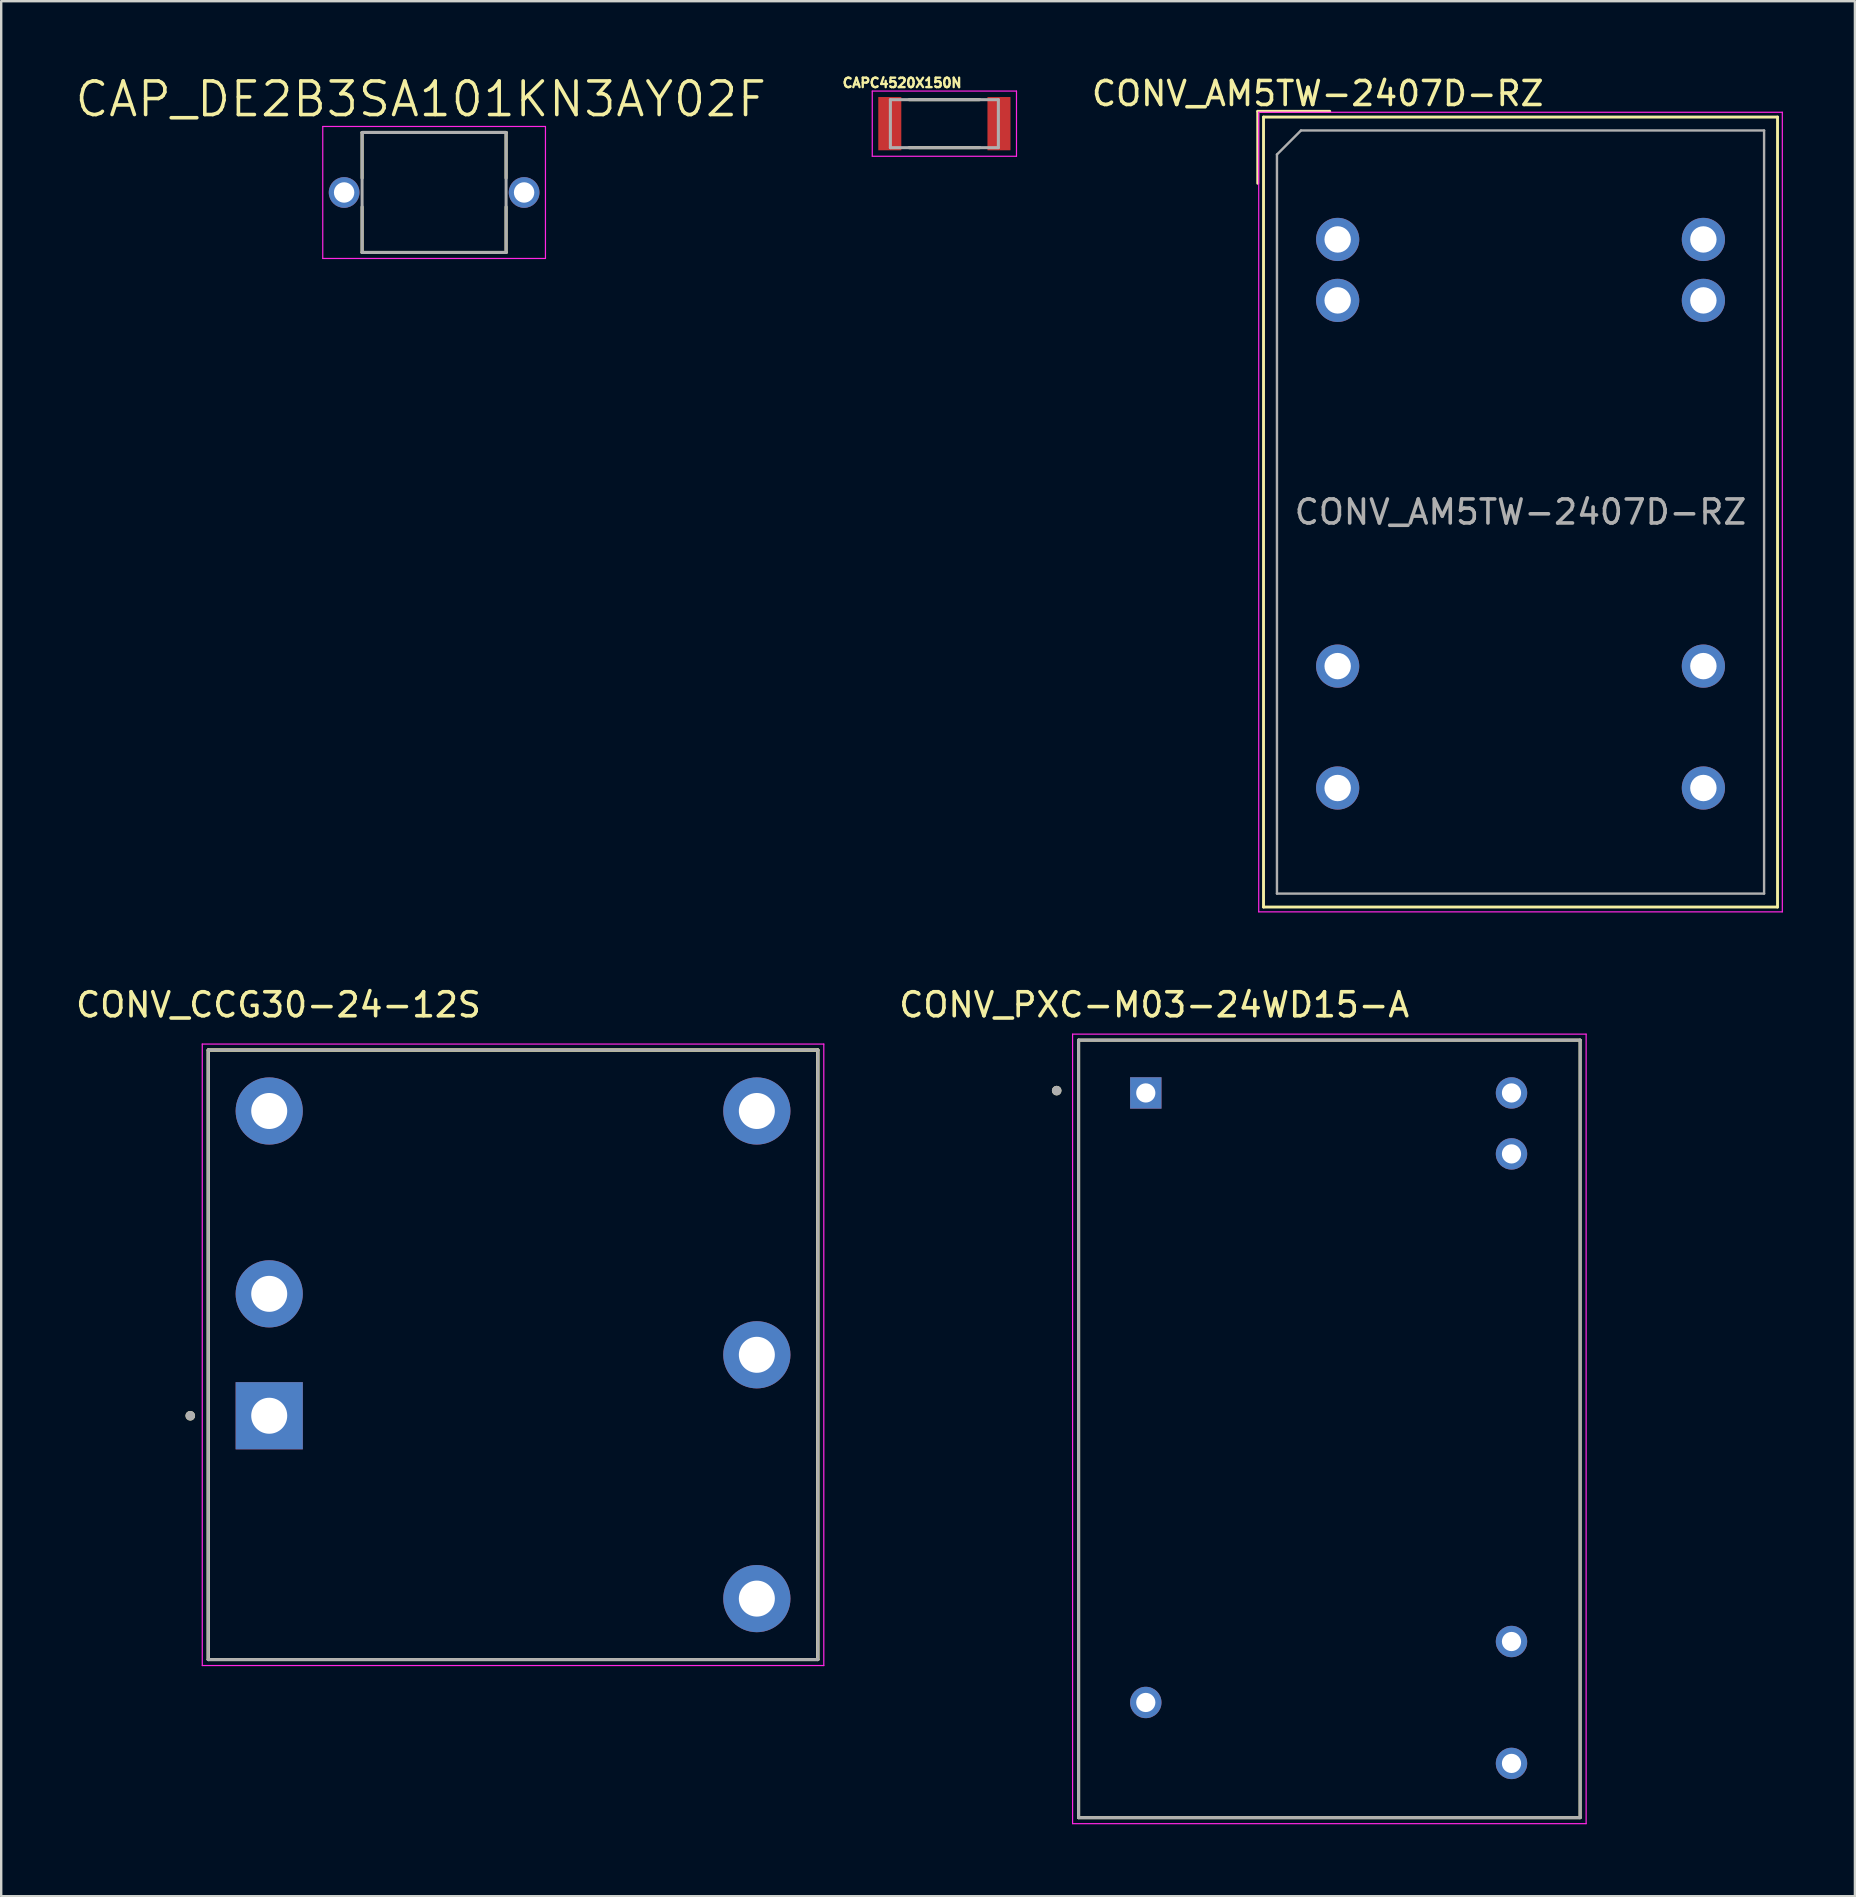
<source format=kicad_pcb>
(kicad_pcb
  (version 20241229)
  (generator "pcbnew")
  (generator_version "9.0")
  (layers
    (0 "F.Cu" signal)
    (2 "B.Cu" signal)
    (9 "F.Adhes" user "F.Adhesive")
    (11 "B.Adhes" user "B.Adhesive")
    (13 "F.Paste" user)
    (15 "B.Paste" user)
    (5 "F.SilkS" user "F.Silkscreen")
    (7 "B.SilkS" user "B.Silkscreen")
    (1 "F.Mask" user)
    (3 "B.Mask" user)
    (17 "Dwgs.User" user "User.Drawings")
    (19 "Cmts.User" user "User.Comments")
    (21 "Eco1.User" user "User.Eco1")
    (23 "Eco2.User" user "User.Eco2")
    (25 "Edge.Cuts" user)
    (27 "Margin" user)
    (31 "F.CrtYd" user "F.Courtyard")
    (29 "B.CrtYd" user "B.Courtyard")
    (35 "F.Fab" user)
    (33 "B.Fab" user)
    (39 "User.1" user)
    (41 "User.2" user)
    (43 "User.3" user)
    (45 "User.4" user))
  (footprint "CONV_PXC-M03-24WD15-A"
    (layer "F.Cu")
    (at 52.347 56.495)
    (property "Reference" "CONV_PXC-M03-24WD15-A" (at -7.299 -17.673 0) (layer "F.SilkS") (effects (font (size 1 1) (thickness 0.15))))
    (attr through_hole)
    (fp_line (start -10.45 -16.2) (end 10.45 -16.2) (stroke (width 0.127) (type solid)) (layer "F.SilkS"))
    (fp_line (start -10.45 16.2) (end -10.45 -16.2) (stroke (width 0.127) (type solid)) (layer "F.SilkS"))
    (fp_line (start 10.45 -16.2) (end 10.45 16.2) (stroke (width 0.127) (type solid)) (layer "F.SilkS"))
    (fp_line (start 10.45 16.2) (end -10.45 16.2) (stroke (width 0.127) (type solid)) (layer "F.SilkS"))
    (fp_circle (center -11.363 -14.097) (end -11.263 -14.097) (stroke (width 0.2) (type solid)) (fill no) (layer "F.SilkS"))
    (fp_line (start -10.7 -16.45) (end 10.7 -16.45) (stroke (width 0.05) (type solid)) (layer "F.CrtYd"))
    (fp_line (start -10.7 16.45) (end -10.7 -16.45) (stroke (width 0.05) (type solid)) (layer "F.CrtYd"))
    (fp_line (start 10.7 -16.45) (end 10.7 16.45) (stroke (width 0.05) (type solid)) (layer "F.CrtYd"))
    (fp_line (start 10.7 16.45) (end -10.7 16.45) (stroke (width 0.05) (type solid)) (layer "F.CrtYd"))
    (fp_line (start -10.45 -16.2) (end 10.45 -16.2) (stroke (width 0.127) (type solid)) (layer "F.Fab"))
    (fp_line (start -10.45 16.2) (end -10.45 -16.2) (stroke (width 0.127) (type solid)) (layer "F.Fab"))
    (fp_line (start 10.45 -16.2) (end 10.45 16.2) (stroke (width 0.127) (type solid)) (layer "F.Fab"))
    (fp_line (start 10.45 16.2) (end -10.45 16.2) (stroke (width 0.127) (type solid)) (layer "F.Fab"))
    (fp_circle (center -11.363 -14.097) (end -11.263 -14.097) (stroke (width 0.2) (type solid)) (fill no) (layer "F.Fab"))
    (pad "1" thru_hole rect (at -7.65 -14) (size 1.308 1.308) (drill 0.8) (layers "*.Cu" "*.Mask"))
    (pad "11" thru_hole circle (at -7.65 11.4) (size 1.308 1.308) (drill 0.8) (layers "*.Cu" "*.Mask"))
    (pad "13" thru_hole circle (at 7.59 13.94) (size 1.308 1.308) (drill 0.8) (layers "*.Cu" "*.Mask"))
    (pad "15" thru_hole circle (at 7.59 8.86) (size 1.308 1.308) (drill 0.8) (layers "*.Cu" "*.Mask"))
    (pad "23" thru_hole circle (at 7.59 -11.46) (size 1.308 1.308) (drill 0.8) (layers "*.Cu" "*.Mask"))
    (pad "24" thru_hole circle (at 7.59 -14) (size 1.308 1.308) (drill 0.8) (layers "*.Cu" "*.Mask")))
  (footprint "CAPC4520X150N"
    (layer "F.Cu")
    (at 36.304 2.103)
    (property "Reference" "CAPC4520X150N" (at -1.76 -1.7 0) (layer "F.SilkS") (effects (font (size 0.394 0.394) (thickness 0.098))))
    (attr smd)
    (fp_line (start -1.47 -1) (end 1.47 -1) (stroke (width 0.127) (type solid)) (layer "F.SilkS"))
    (fp_line (start -1.47 1) (end 1.47 1) (stroke (width 0.127) (type solid)) (layer "F.SilkS"))
    (fp_line (start -3.005 -1.358) (end 3.005 -1.358) (stroke (width 0.05) (type solid)) (layer "F.CrtYd"))
    (fp_line (start -3.005 1.358) (end -3.005 -1.358) (stroke (width 0.05) (type solid)) (layer "F.CrtYd"))
    (fp_line (start -3.005 1.358) (end 3.005 1.358) (stroke (width 0.05) (type solid)) (layer "F.CrtYd"))
    (fp_line (start 3.005 1.358) (end 3.005 -1.358) (stroke (width 0.05) (type solid)) (layer "F.CrtYd"))
    (fp_line (start -2.25 1) (end -2.25 -1) (stroke (width 0.127) (type solid)) (layer "F.Fab"))
    (fp_line (start 2.25 -1) (end -2.25 -1) (stroke (width 0.127) (type solid)) (layer "F.Fab"))
    (fp_line (start 2.25 1) (end -2.25 1) (stroke (width 0.127) (type solid)) (layer "F.Fab"))
    (fp_line (start 2.25 1) (end 2.25 -1) (stroke (width 0.127) (type solid)) (layer "F.Fab"))
    (pad "1" smd rect (at -2.275 0) (size 0.96 2.22) (layers "F.Cu" "F.Mask" "F.Paste"))
    (pad "2" smd rect (at 2.275 0) (size 0.96 2.22) (layers "F.Cu" "F.Mask" "F.Paste")))
  (footprint "CONV_CCG30-24-12S"
    (layer "F.Cu")
    (at 18.329 53.407)
    (property "Reference" "CONV_CCG30-24-12S" (at -9.775 -14.585 0) (layer "F.SilkS") (effects (font (size 1 1) (thickness 0.15))))
    (attr through_hole)
    (fp_line (start -12.7 -12.7) (end 12.7 -12.7) (stroke (width 0.127) (type solid)) (layer "F.SilkS"))
    (fp_line (start -12.7 -12.7) (end 12.7 -12.7) (stroke (width 0.127) (type solid)) (layer "F.SilkS"))
    (fp_line (start -12.7 12.7) (end -12.7 -12.7) (stroke (width 0.127) (type solid)) (layer "F.SilkS"))
    (fp_line (start -12.7 12.7) (end -12.7 -12.7) (stroke (width 0.127) (type solid)) (layer "F.SilkS"))
    (fp_line (start 12.7 -12.7) (end 12.7 12.7) (stroke (width 0.127) (type solid)) (layer "F.SilkS"))
    (fp_line (start 12.7 -12.7) (end 12.7 12.7) (stroke (width 0.127) (type solid)) (layer "F.SilkS"))
    (fp_line (start 12.7 12.7) (end -12.7 12.7) (stroke (width 0.127) (type solid)) (layer "F.SilkS"))
    (fp_line (start 12.7 12.7) (end -12.7 12.7) (stroke (width 0.127) (type solid)) (layer "F.SilkS"))
    (fp_circle (center -13.45 2.54) (end -13.35 2.54) (stroke (width 0.2) (type solid)) (fill no) (layer "F.SilkS"))
    (fp_line (start -12.95 -12.95) (end -12.95 12.95) (stroke (width 0.05) (type solid)) (layer "F.CrtYd"))
    (fp_line (start -12.95 12.95) (end 12.95 12.95) (stroke (width 0.05) (type solid)) (layer "F.CrtYd"))
    (fp_line (start 12.95 -12.95) (end -12.95 -12.95) (stroke (width 0.05) (type solid)) (layer "F.CrtYd"))
    (fp_line (start 12.95 12.95) (end 12.95 -12.95) (stroke (width 0.05) (type solid)) (layer "F.CrtYd"))
    (fp_line (start -12.7 -12.7) (end 12.7 -12.7) (stroke (width 0.127) (type solid)) (layer "F.Fab"))
    (fp_line (start -12.7 12.7) (end -12.7 -12.7) (stroke (width 0.127) (type solid)) (layer "F.Fab"))
    (fp_line (start 12.7 -12.7) (end 12.7 12.7) (stroke (width 0.127) (type solid)) (layer "F.Fab"))
    (fp_line (start 12.7 12.7) (end -12.7 12.7) (stroke (width 0.127) (type solid)) (layer "F.Fab"))
    (fp_circle (center -13.45 2.54) (end -13.35 2.54) (stroke (width 0.2) (type solid)) (fill no) (layer "F.Fab"))
    (pad "1" thru_hole rect (at -10.16 2.54) (size 2.8 2.8) (drill 1.5) (layers "*.Cu" "*.Mask"))
    (pad "2" thru_hole circle (at -10.16 -2.54) (size 2.8 2.8) (drill 1.5) (layers "*.Cu" "*.Mask"))
    (pad "3" thru_hole circle (at -10.16 -10.16) (size 2.8 2.8) (drill 1.5) (layers "*.Cu" "*.Mask"))
    (pad "4" thru_hole circle (at 10.16 10.16) (size 2.8 2.8) (drill 1.5) (layers "*.Cu" "*.Mask"))
    (pad "5" thru_hole circle (at 10.16 0) (size 2.8 2.8) (drill 1.5) (layers "*.Cu" "*.Mask"))
    (pad "6" thru_hole circle (at 10.16 -10.16) (size 2.8 2.8) (drill 1.5) (layers "*.Cu" "*.Mask")))
  (footprint "CONV_AM5TW-2407D-RZ"
    (layer "F.Cu")
    (at 52.693 4.388)
    (property "Reference" "CONV_AM5TW-2407D-RZ" (at -0.83 -3.54 0) (layer "F.SilkS") (effects (font (size 1 1) (thickness 0.15))))
    (attr through_hole)
    (fp_line (start -3.33 -2.8) (end -0.33 -2.8) (stroke (width 0.12) (type solid)) (layer "F.SilkS"))
    (fp_line (start -3.33 0.2) (end -3.33 -2.8) (stroke (width 0.12) (type solid)) (layer "F.SilkS"))
    (fp_line (start -3.09 -2.56) (end -3.09 30.36) (stroke (width 0.12) (type solid)) (layer "F.SilkS"))
    (fp_line (start -3.09 -2.56) (end 18.33 -2.56) (stroke (width 0.12) (type solid)) (layer "F.SilkS"))
    (fp_line (start -3.09 30.36) (end 18.33 30.36) (stroke (width 0.12) (type solid)) (layer "F.SilkS"))
    (fp_line (start 18.33 -2.56) (end 18.33 30.36) (stroke (width 0.12) (type solid)) (layer "F.SilkS"))
    (fp_line (start -3.29 -2.76) (end -3.29 30.56) (stroke (width 0.05) (type solid)) (layer "F.CrtYd"))
    (fp_line (start -3.29 30.56) (end 18.53 30.56) (stroke (width 0.05) (type solid)) (layer "F.CrtYd"))
    (fp_line (start 18.53 -2.76) (end -3.29 -2.76) (stroke (width 0.05) (type solid)) (layer "F.CrtYd"))
    (fp_line (start 18.53 30.56) (end 18.53 -2.76) (stroke (width 0.05) (type solid)) (layer "F.CrtYd"))
    (fp_line (start -2.53 -1) (end -1.53 -2) (stroke (width 0.1) (type solid)) (layer "F.Fab"))
    (fp_line (start -2.53 29.8) (end -2.53 -1) (stroke (width 0.1) (type solid)) (layer "F.Fab"))
    (fp_line (start -1.53 -2) (end 17.77 -2) (stroke (width 0.1) (type solid)) (layer "F.Fab"))
    (fp_line (start 17.77 -2) (end 17.77 29.8) (stroke (width 0.1) (type solid)) (layer "F.Fab"))
    (fp_line (start 17.77 29.8) (end -2.53 29.8) (stroke (width 0.1) (type solid)) (layer "F.Fab"))
    (fp_text user "${REFERENCE}" (at 7.62 13.9 0) (layer "F.Fab") (effects (font (size 1 1) (thickness 0.15))))
    (pad "2" thru_hole circle (at 0 2.54) (size 1.8 1.8) (drill 1.1) (layers "*.Cu" "*.Mask"))
    (pad "3" thru_hole circle (at 0 5.08) (size 1.8 1.8) (drill 1.1) (layers "*.Cu" "*.Mask"))
    (pad "9" thru_hole circle (at 0 20.32) (size 1.8 1.8) (drill 1.1) (layers "*.Cu" "*.Mask"))
    (pad "11" thru_hole circle (at 0 25.4) (size 1.8 1.8) (drill 1.1) (layers "*.Cu" "*.Mask"))
    (pad "14" thru_hole circle (at 15.24 25.4) (size 1.8 1.8) (drill 1.1) (layers "*.Cu" "*.Mask"))
    (pad "16" thru_hole circle (at 15.24 20.32) (size 1.8 1.8) (drill 1.1) (layers "*.Cu" "*.Mask"))
    (pad "22" thru_hole circle (at 15.24 5.08) (size 1.8 1.8) (drill 1.1) (layers "*.Cu" "*.Mask"))
    (pad "23" thru_hole circle (at 15.24 2.54) (size 1.8 1.8) (drill 1.1) (layers "*.Cu" "*.Mask")))
  (footprint "CAP_DE2B3SA101KN3AY02F"
    (layer "F.Cu")
    (at 15.04 4.971)
    (property "Reference" "CAP_DE2B3SA101KN3AY02F" (at -0.555 -3.889 0) (layer "F.SilkS") (effects (font (size 1.4 1.4) (thickness 0.15))))
    (attr through_hole)
    (fp_line (start -3 -2.5) (end 3 -2.5) (stroke (width 0.127) (type solid)) (layer "F.SilkS"))
    (fp_line (start -3 -0.6) (end -3 -2.5) (stroke (width 0.127) (type solid)) (layer "F.SilkS"))
    (fp_line (start -3 2.5) (end -3 0.6) (stroke (width 0.127) (type solid)) (layer "F.SilkS"))
    (fp_line (start 3 -2.5) (end 3 -0.6) (stroke (width 0.127) (type solid)) (layer "F.SilkS"))
    (fp_line (start 3 0.6) (end 3 2.5) (stroke (width 0.127) (type solid)) (layer "F.SilkS"))
    (fp_line (start 3 2.5) (end -3 2.5) (stroke (width 0.127) (type solid)) (layer "F.SilkS"))
    (fp_line (start -4.64 -2.75) (end 4.64 -2.75) (stroke (width 0.05) (type solid)) (layer "F.CrtYd"))
    (fp_line (start -4.64 2.75) (end -4.64 -2.75) (stroke (width 0.05) (type solid)) (layer "F.CrtYd"))
    (fp_line (start 4.64 -2.75) (end 4.64 2.75) (stroke (width 0.05) (type solid)) (layer "F.CrtYd"))
    (fp_line (start 4.64 2.75) (end -4.64 2.75) (stroke (width 0.05) (type solid)) (layer "F.CrtYd"))
    (fp_line (start -3 -2.5) (end 3 -2.5) (stroke (width 0.127) (type solid)) (layer "F.Fab"))
    (fp_line (start -3 2.5) (end -3 -2.5) (stroke (width 0.127) (type solid)) (layer "F.Fab"))
    (fp_line (start 3 -2.5) (end 3 2.5) (stroke (width 0.127) (type solid)) (layer "F.Fab"))
    (fp_line (start 3 2.5) (end -3 2.5) (stroke (width 0.127) (type solid)) (layer "F.Fab"))
    (pad "1" thru_hole circle (at -3.75 0) (size 1.28 1.28) (drill 0.85) (layers "*.Cu" "*.Mask"))
    (pad "2" thru_hole circle (at 3.75 0) (size 1.28 1.28) (drill 0.85) (layers "*.Cu" "*.Mask")))
  (gr_rect
    (start -3 -3)
    (end 74.248 75.969)
    (stroke (width 0.1) (type default))
    (fill no)
    (layer "Edge.Cuts")))
</source>
